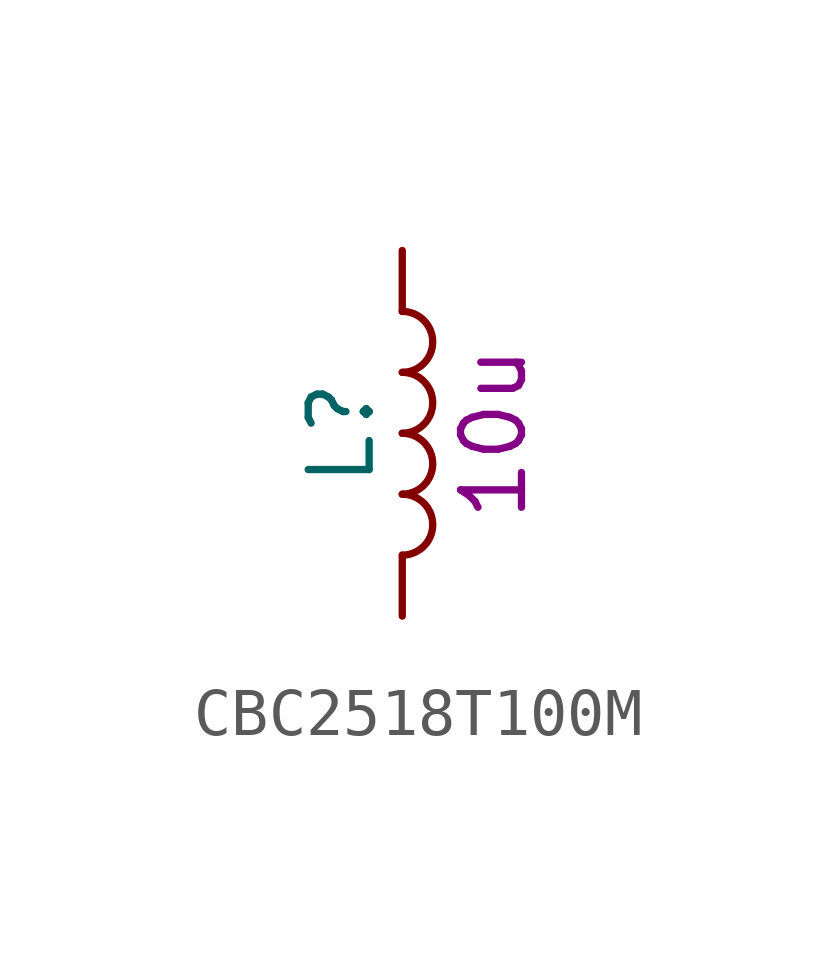
<source format=kicad_sym>
(kicad_symbol_lib
  (version 20210619)
  (generator kicad_symbol_editor)
  (symbol "Inductor_custom:CBC2518T100M"
    (pin_numbers hide)
    (pin_names
      (offset 1.016) hide)
    (property "Reference" "L"
      (at -1.27 0 90)
      (effects (font (size 1.27 1.27))))
    (property "Inductance" "10u"
      (at 1.905 0 90)
      (effects (font (size 1.27 1.27))))
    (symbol "CBC2518T100M_0_1"
      (arc (start 0 -2.54) (end 0 -1.27) (radius (at 0 -1.905) (length 0.635) (angles -89.9 89.9)) (stroke (width 0)) (fill (type none)))
      (arc (start 0 -1.27) (end 0 0) (radius (at 0 -0.635) (length 0.635) (angles -89.9 89.9)) (stroke (width 0)) (fill (type none)))
      (arc (start 0 0) (end 0 1.27) (radius (at 0 0.635) (length 0.635) (angles -89.9 89.9)) (stroke (width 0)) (fill (type none)))
      (arc (start 0 1.27) (end 0 2.54) (radius (at 0 1.905) (length 0.635) (angles -89.9 89.9)) (stroke (width 0)) (fill (type none))))
    (symbol "CBC2518T100M_1_1"
      (pin passive line (at 0 3.81 270) (length 1.27) (name "1" (effects (font (size 1.27 1.27)))) (number "1" (effects (font (size 1.27 1.27)))))
      (pin passive line (at 0 -3.81 90) (length 1.27) (name "2" (effects (font (size 1.27 1.27)))) (number "2" (effects (font (size 1.27 1.27))))))))
</source>
